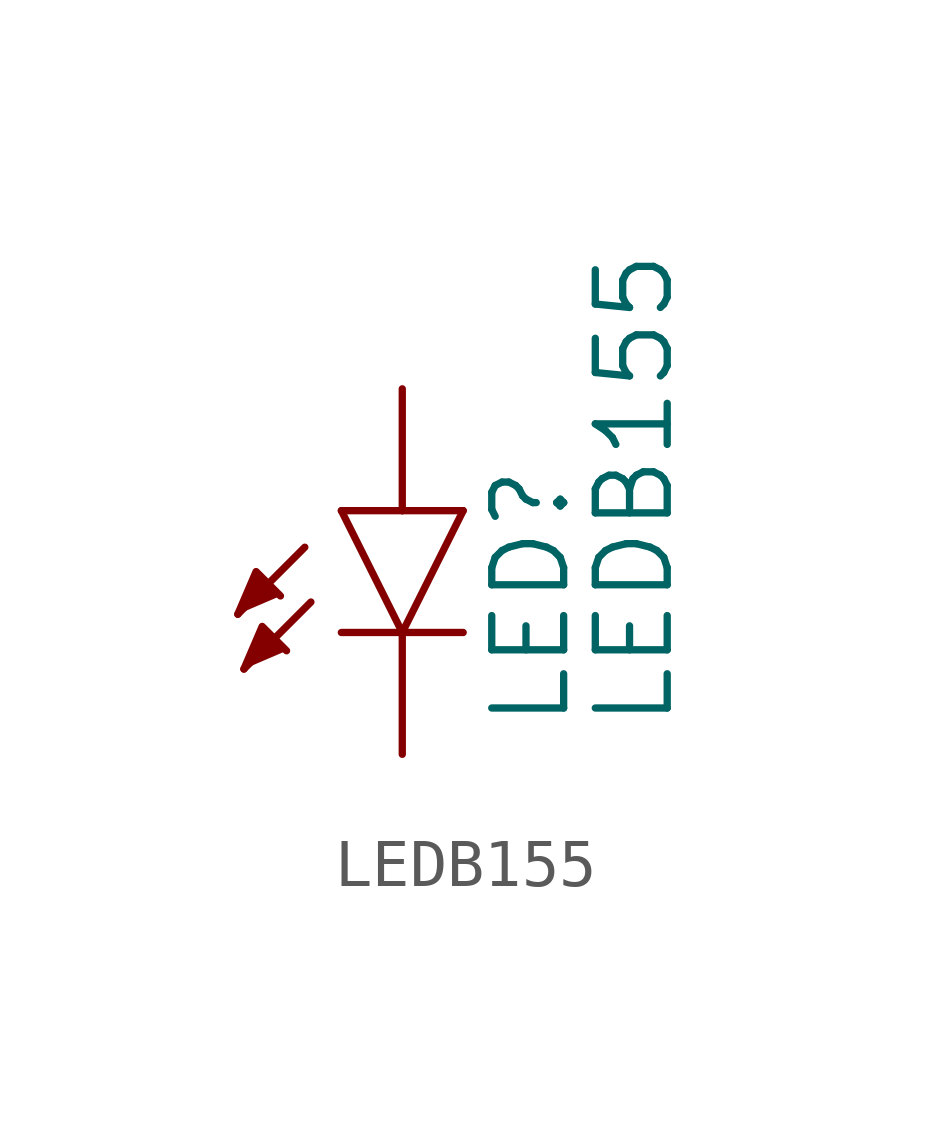
<source format=kicad_sym>
(kicad_symbol_lib
  (version 20211014)
  (generator kicad_symbol_editor)
  (symbol "LEDB155"
    (pin_names
      (offset 1.016))
    (property "Reference" "LED"
      (at 3.556 -4.572 90)
      (effects (font (size 1.499 1.499)) (justify left bottom)))
    (property "Value" "LEDB155"
      (at 5.715 -4.572 90)
      (effects (font (size 1.499 1.499)) (justify left bottom)))
    (property "ki_locked" ""
      (at 0 0 0)
      (effects (font (size 1.27 1.27))))
    (symbol "LEDB155_1_0"
      (polyline (pts (xy -2.032 -0.762) (xy -3.429 -2.159)) (stroke (width 0) (type default) (color 0 0 0 0)) (fill (type none)))
      (polyline (pts (xy -1.905 -1.905) (xy -3.302 -3.302)) (stroke (width 0) (type default) (color 0 0 0 0)) (fill (type none)))
      (polyline (pts (xy 0 -2.54) (xy -1.27 -2.54)) (stroke (width 0) (type default) (color 0 0 0 0)) (fill (type none)))
      (polyline (pts (xy 0 -2.54) (xy -1.27 0)) (stroke (width 0) (type default) (color 0 0 0 0)) (fill (type none)))
      (polyline (pts (xy 0 0) (xy -1.27 0)) (stroke (width 0) (type default) (color 0 0 0 0)) (fill (type none)))
      (polyline (pts (xy 1.27 -2.54) (xy 0 -2.54)) (stroke (width 0) (type default) (color 0 0 0 0)) (fill (type none)))
      (polyline (pts (xy 1.27 0) (xy 0 -2.54)) (stroke (width 0) (type default) (color 0 0 0 0)) (fill (type none)))
      (polyline (pts (xy 1.27 0) (xy 0 0)) (stroke (width 0) (type default) (color 0 0 0 0)) (fill (type none)))
      (polyline (pts (xy -3.429 -2.159) (xy -3.048 -1.27) (xy -2.54 -1.778)) (stroke (width 0) (type default) (color 0 0 0 0)) (fill (type outline)))
      (polyline (pts (xy -3.302 -3.302) (xy -2.921 -2.413) (xy -2.413 -2.921)) (stroke (width 0) (type default) (color 0 0 0 0)) (fill (type outline)))
      (pin passive line (at 0 2.54 270) (length 2.54) (name "A" (effects (font (size 0 0)))) (number "A" (effects (font (size 0 0)))))
      (pin passive line (at 0 -5.08 90) (length 2.54) (name "C" (effects (font (size 0 0)))) (number "K" (effects (font (size 0 0))))))))
</source>
